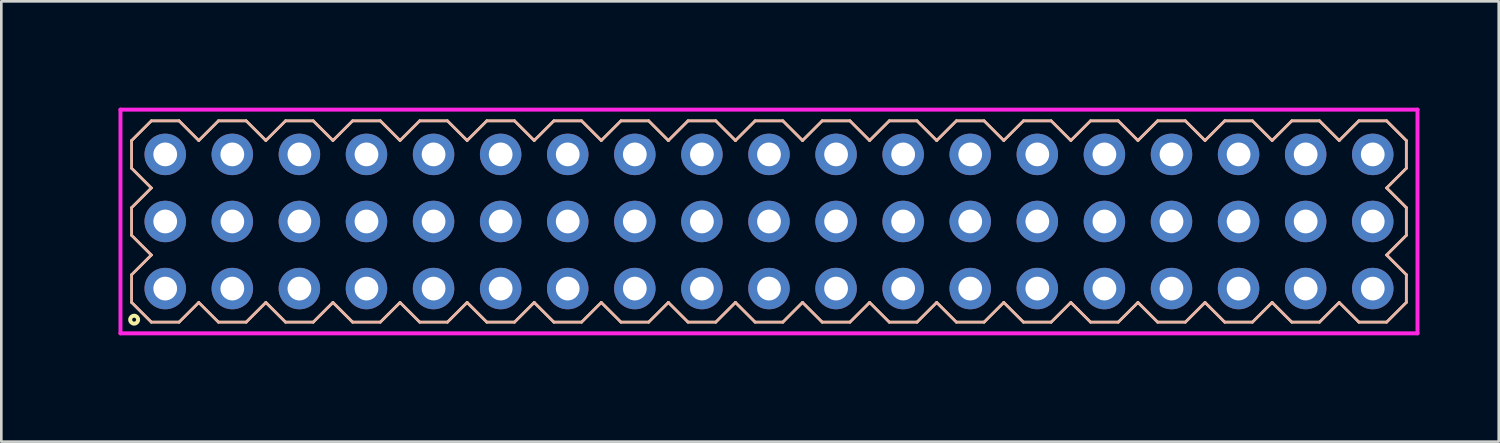
<source format=kicad_pcb>
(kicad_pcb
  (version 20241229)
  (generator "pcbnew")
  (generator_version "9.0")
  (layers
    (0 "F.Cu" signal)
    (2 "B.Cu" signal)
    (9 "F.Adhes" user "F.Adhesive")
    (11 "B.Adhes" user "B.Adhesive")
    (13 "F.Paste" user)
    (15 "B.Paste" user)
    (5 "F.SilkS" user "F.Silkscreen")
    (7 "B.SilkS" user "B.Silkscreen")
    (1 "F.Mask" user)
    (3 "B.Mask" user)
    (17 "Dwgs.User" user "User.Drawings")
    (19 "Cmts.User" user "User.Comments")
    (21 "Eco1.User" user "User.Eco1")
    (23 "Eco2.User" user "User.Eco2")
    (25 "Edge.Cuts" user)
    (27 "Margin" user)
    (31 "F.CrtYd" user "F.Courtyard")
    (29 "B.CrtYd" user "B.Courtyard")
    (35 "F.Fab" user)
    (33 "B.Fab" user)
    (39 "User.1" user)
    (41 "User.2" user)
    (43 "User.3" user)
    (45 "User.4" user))
  (footprint "HDR254P19x3"
    (layer "F.Cu")
    (at 26.066 5.336)
    (property "Reference" "HDR254P19x3" (at -25.305 0 90) (layer "User.1") (effects (font (size 1 1) (thickness 0.1))))
    (attr through_hole)
    (fp_line (start -24.13 -3.066) (end -23.386 -3.81) (stroke (width 0.1) (type solid)) (layer "F.SilkS"))
    (fp_line (start -24.13 -2.014) (end -24.13 -3.066) (stroke (width 0.1) (type solid)) (layer "F.SilkS"))
    (fp_line (start -24.13 -0.526) (end -23.386 -1.27) (stroke (width 0.1) (type solid)) (layer "F.SilkS"))
    (fp_line (start -24.13 0.526) (end -24.13 -0.526) (stroke (width 0.1) (type solid)) (layer "F.SilkS"))
    (fp_line (start -24.13 2.014) (end -23.386 1.27) (stroke (width 0.1) (type solid)) (layer "F.SilkS"))
    (fp_line (start -24.13 3.066) (end -24.13 2.014) (stroke (width 0.1) (type solid)) (layer "F.SilkS"))
    (fp_line (start -23.386 -3.81) (end -22.334 -3.81) (stroke (width 0.1) (type solid)) (layer "F.SilkS"))
    (fp_line (start -23.386 -1.27) (end -24.13 -2.014) (stroke (width 0.1) (type solid)) (layer "F.SilkS"))
    (fp_line (start -23.386 1.27) (end -24.13 0.526) (stroke (width 0.1) (type solid)) (layer "F.SilkS"))
    (fp_line (start -23.386 3.81) (end -24.13 3.066) (stroke (width 0.1) (type solid)) (layer "F.SilkS"))
    (fp_line (start -22.334 -3.81) (end -21.59 -3.066) (stroke (width 0.1) (type solid)) (layer "F.SilkS"))
    (fp_line (start -22.334 3.81) (end -23.386 3.81) (stroke (width 0.1) (type solid)) (layer "F.SilkS"))
    (fp_line (start -21.59 -3.066) (end -20.846 -3.81) (stroke (width 0.1) (type solid)) (layer "F.SilkS"))
    (fp_line (start -21.59 3.066) (end -22.334 3.81) (stroke (width 0.1) (type solid)) (layer "F.SilkS"))
    (fp_line (start -20.846 -3.81) (end -19.794 -3.81) (stroke (width 0.1) (type solid)) (layer "F.SilkS"))
    (fp_line (start -20.846 3.81) (end -21.59 3.066) (stroke (width 0.1) (type solid)) (layer "F.SilkS"))
    (fp_line (start -19.794 -3.81) (end -19.05 -3.066) (stroke (width 0.1) (type solid)) (layer "F.SilkS"))
    (fp_line (start -19.794 3.81) (end -20.846 3.81) (stroke (width 0.1) (type solid)) (layer "F.SilkS"))
    (fp_line (start -19.05 -3.066) (end -18.306 -3.81) (stroke (width 0.1) (type solid)) (layer "F.SilkS"))
    (fp_line (start -19.05 3.066) (end -19.794 3.81) (stroke (width 0.1) (type solid)) (layer "F.SilkS"))
    (fp_line (start -18.306 -3.81) (end -17.254 -3.81) (stroke (width 0.1) (type solid)) (layer "F.SilkS"))
    (fp_line (start -18.306 3.81) (end -19.05 3.066) (stroke (width 0.1) (type solid)) (layer "F.SilkS"))
    (fp_line (start -17.254 -3.81) (end -16.51 -3.066) (stroke (width 0.1) (type solid)) (layer "F.SilkS"))
    (fp_line (start -17.254 3.81) (end -18.306 3.81) (stroke (width 0.1) (type solid)) (layer "F.SilkS"))
    (fp_line (start -16.51 -3.066) (end -15.766 -3.81) (stroke (width 0.1) (type solid)) (layer "F.SilkS"))
    (fp_line (start -16.51 3.066) (end -17.254 3.81) (stroke (width 0.1) (type solid)) (layer "F.SilkS"))
    (fp_line (start -15.766 -3.81) (end -14.714 -3.81) (stroke (width 0.1) (type solid)) (layer "F.SilkS"))
    (fp_line (start -15.766 3.81) (end -16.51 3.066) (stroke (width 0.1) (type solid)) (layer "F.SilkS"))
    (fp_line (start -14.714 -3.81) (end -13.97 -3.066) (stroke (width 0.1) (type solid)) (layer "F.SilkS"))
    (fp_line (start -14.714 3.81) (end -15.766 3.81) (stroke (width 0.1) (type solid)) (layer "F.SilkS"))
    (fp_line (start -13.97 -3.066) (end -13.226 -3.81) (stroke (width 0.1) (type solid)) (layer "F.SilkS"))
    (fp_line (start -13.97 3.066) (end -14.714 3.81) (stroke (width 0.1) (type solid)) (layer "F.SilkS"))
    (fp_line (start -13.226 -3.81) (end -12.174 -3.81) (stroke (width 0.1) (type solid)) (layer "F.SilkS"))
    (fp_line (start -13.226 3.81) (end -13.97 3.066) (stroke (width 0.1) (type solid)) (layer "F.SilkS"))
    (fp_line (start -12.174 -3.81) (end -11.43 -3.066) (stroke (width 0.1) (type solid)) (layer "F.SilkS"))
    (fp_line (start -12.174 3.81) (end -13.226 3.81) (stroke (width 0.1) (type solid)) (layer "F.SilkS"))
    (fp_line (start -11.43 -3.066) (end -10.686 -3.81) (stroke (width 0.1) (type solid)) (layer "F.SilkS"))
    (fp_line (start -11.43 3.066) (end -12.174 3.81) (stroke (width 0.1) (type solid)) (layer "F.SilkS"))
    (fp_line (start -10.686 -3.81) (end -9.634 -3.81) (stroke (width 0.1) (type solid)) (layer "F.SilkS"))
    (fp_line (start -10.686 3.81) (end -11.43 3.066) (stroke (width 0.1) (type solid)) (layer "F.SilkS"))
    (fp_line (start -9.634 -3.81) (end -8.89 -3.066) (stroke (width 0.1) (type solid)) (layer "F.SilkS"))
    (fp_line (start -9.634 3.81) (end -10.686 3.81) (stroke (width 0.1) (type solid)) (layer "F.SilkS"))
    (fp_line (start -8.89 -3.066) (end -8.146 -3.81) (stroke (width 0.1) (type solid)) (layer "F.SilkS"))
    (fp_line (start -8.89 3.066) (end -9.634 3.81) (stroke (width 0.1) (type solid)) (layer "F.SilkS"))
    (fp_line (start -8.146 -3.81) (end -7.094 -3.81) (stroke (width 0.1) (type solid)) (layer "F.SilkS"))
    (fp_line (start -8.146 3.81) (end -8.89 3.066) (stroke (width 0.1) (type solid)) (layer "F.SilkS"))
    (fp_line (start -7.094 -3.81) (end -6.35 -3.066) (stroke (width 0.1) (type solid)) (layer "F.SilkS"))
    (fp_line (start -7.094 3.81) (end -8.146 3.81) (stroke (width 0.1) (type solid)) (layer "F.SilkS"))
    (fp_line (start -6.35 -3.066) (end -5.606 -3.81) (stroke (width 0.1) (type solid)) (layer "F.SilkS"))
    (fp_line (start -6.35 3.066) (end -7.094 3.81) (stroke (width 0.1) (type solid)) (layer "F.SilkS"))
    (fp_line (start -5.606 -3.81) (end -4.554 -3.81) (stroke (width 0.1) (type solid)) (layer "F.SilkS"))
    (fp_line (start -5.606 3.81) (end -6.35 3.066) (stroke (width 0.1) (type solid)) (layer "F.SilkS"))
    (fp_line (start -4.554 -3.81) (end -3.81 -3.066) (stroke (width 0.1) (type solid)) (layer "F.SilkS"))
    (fp_line (start -4.554 3.81) (end -5.606 3.81) (stroke (width 0.1) (type solid)) (layer "F.SilkS"))
    (fp_line (start -3.81 -3.066) (end -3.066 -3.81) (stroke (width 0.1) (type solid)) (layer "F.SilkS"))
    (fp_line (start -3.81 3.066) (end -4.554 3.81) (stroke (width 0.1) (type solid)) (layer "F.SilkS"))
    (fp_line (start -3.066 -3.81) (end -2.014 -3.81) (stroke (width 0.1) (type solid)) (layer "F.SilkS"))
    (fp_line (start -3.066 3.81) (end -3.81 3.066) (stroke (width 0.1) (type solid)) (layer "F.SilkS"))
    (fp_line (start -2.014 -3.81) (end -1.27 -3.066) (stroke (width 0.1) (type solid)) (layer "F.SilkS"))
    (fp_line (start -2.014 3.81) (end -3.066 3.81) (stroke (width 0.1) (type solid)) (layer "F.SilkS"))
    (fp_line (start -1.27 -3.066) (end -0.526 -3.81) (stroke (width 0.1) (type solid)) (layer "F.SilkS"))
    (fp_line (start -1.27 3.066) (end -2.014 3.81) (stroke (width 0.1) (type solid)) (layer "F.SilkS"))
    (fp_line (start -0.526 -3.81) (end 0.526 -3.81) (stroke (width 0.1) (type solid)) (layer "F.SilkS"))
    (fp_line (start -0.526 3.81) (end -1.27 3.066) (stroke (width 0.1) (type solid)) (layer "F.SilkS"))
    (fp_line (start 0.526 -3.81) (end 1.27 -3.066) (stroke (width 0.1) (type solid)) (layer "F.SilkS"))
    (fp_line (start 0.526 3.81) (end -0.526 3.81) (stroke (width 0.1) (type solid)) (layer "F.SilkS"))
    (fp_line (start 1.27 -3.066) (end 2.014 -3.81) (stroke (width 0.1) (type solid)) (layer "F.SilkS"))
    (fp_line (start 1.27 3.066) (end 0.526 3.81) (stroke (width 0.1) (type solid)) (layer "F.SilkS"))
    (fp_line (start 2.014 -3.81) (end 3.066 -3.81) (stroke (width 0.1) (type solid)) (layer "F.SilkS"))
    (fp_line (start 2.014 3.81) (end 1.27 3.066) (stroke (width 0.1) (type solid)) (layer "F.SilkS"))
    (fp_line (start 3.066 -3.81) (end 3.81 -3.066) (stroke (width 0.1) (type solid)) (layer "F.SilkS"))
    (fp_line (start 3.066 3.81) (end 2.014 3.81) (stroke (width 0.1) (type solid)) (layer "F.SilkS"))
    (fp_line (start 3.81 -3.066) (end 4.554 -3.81) (stroke (width 0.1) (type solid)) (layer "F.SilkS"))
    (fp_line (start 3.81 3.066) (end 3.066 3.81) (stroke (width 0.1) (type solid)) (layer "F.SilkS"))
    (fp_line (start 4.554 -3.81) (end 5.606 -3.81) (stroke (width 0.1) (type solid)) (layer "F.SilkS"))
    (fp_line (start 4.554 3.81) (end 3.81 3.066) (stroke (width 0.1) (type solid)) (layer "F.SilkS"))
    (fp_line (start 5.606 -3.81) (end 6.35 -3.066) (stroke (width 0.1) (type solid)) (layer "F.SilkS"))
    (fp_line (start 5.606 3.81) (end 4.554 3.81) (stroke (width 0.1) (type solid)) (layer "F.SilkS"))
    (fp_line (start 6.35 -3.066) (end 7.094 -3.81) (stroke (width 0.1) (type solid)) (layer "F.SilkS"))
    (fp_line (start 6.35 3.066) (end 5.606 3.81) (stroke (width 0.1) (type solid)) (layer "F.SilkS"))
    (fp_line (start 7.094 -3.81) (end 8.146 -3.81) (stroke (width 0.1) (type solid)) (layer "F.SilkS"))
    (fp_line (start 7.094 3.81) (end 6.35 3.066) (stroke (width 0.1) (type solid)) (layer "F.SilkS"))
    (fp_line (start 8.146 -3.81) (end 8.89 -3.066) (stroke (width 0.1) (type solid)) (layer "F.SilkS"))
    (fp_line (start 8.146 3.81) (end 7.094 3.81) (stroke (width 0.1) (type solid)) (layer "F.SilkS"))
    (fp_line (start 8.89 -3.066) (end 9.634 -3.81) (stroke (width 0.1) (type solid)) (layer "F.SilkS"))
    (fp_line (start 8.89 3.066) (end 8.146 3.81) (stroke (width 0.1) (type solid)) (layer "F.SilkS"))
    (fp_line (start 9.634 -3.81) (end 10.686 -3.81) (stroke (width 0.1) (type solid)) (layer "F.SilkS"))
    (fp_line (start 9.634 3.81) (end 8.89 3.066) (stroke (width 0.1) (type solid)) (layer "F.SilkS"))
    (fp_line (start 10.686 -3.81) (end 11.43 -3.066) (stroke (width 0.1) (type solid)) (layer "F.SilkS"))
    (fp_line (start 10.686 3.81) (end 9.634 3.81) (stroke (width 0.1) (type solid)) (layer "F.SilkS"))
    (fp_line (start 11.43 -3.066) (end 12.174 -3.81) (stroke (width 0.1) (type solid)) (layer "F.SilkS"))
    (fp_line (start 11.43 3.066) (end 10.686 3.81) (stroke (width 0.1) (type solid)) (layer "F.SilkS"))
    (fp_line (start 12.174 -3.81) (end 13.226 -3.81) (stroke (width 0.1) (type solid)) (layer "F.SilkS"))
    (fp_line (start 12.174 3.81) (end 11.43 3.066) (stroke (width 0.1) (type solid)) (layer "F.SilkS"))
    (fp_line (start 13.226 -3.81) (end 13.97 -3.066) (stroke (width 0.1) (type solid)) (layer "F.SilkS"))
    (fp_line (start 13.226 3.81) (end 12.174 3.81) (stroke (width 0.1) (type solid)) (layer "F.SilkS"))
    (fp_line (start 13.97 -3.066) (end 14.714 -3.81) (stroke (width 0.1) (type solid)) (layer "F.SilkS"))
    (fp_line (start 13.97 3.066) (end 13.226 3.81) (stroke (width 0.1) (type solid)) (layer "F.SilkS"))
    (fp_line (start 14.714 -3.81) (end 15.766 -3.81) (stroke (width 0.1) (type solid)) (layer "F.SilkS"))
    (fp_line (start 14.714 3.81) (end 13.97 3.066) (stroke (width 0.1) (type solid)) (layer "F.SilkS"))
    (fp_line (start 15.766 -3.81) (end 16.51 -3.066) (stroke (width 0.1) (type solid)) (layer "F.SilkS"))
    (fp_line (start 15.766 3.81) (end 14.714 3.81) (stroke (width 0.1) (type solid)) (layer "F.SilkS"))
    (fp_line (start 16.51 -3.066) (end 17.254 -3.81) (stroke (width 0.1) (type solid)) (layer "F.SilkS"))
    (fp_line (start 16.51 3.066) (end 15.766 3.81) (stroke (width 0.1) (type solid)) (layer "F.SilkS"))
    (fp_line (start 17.254 -3.81) (end 18.306 -3.81) (stroke (width 0.1) (type solid)) (layer "F.SilkS"))
    (fp_line (start 17.254 3.81) (end 16.51 3.066) (stroke (width 0.1) (type solid)) (layer "F.SilkS"))
    (fp_line (start 18.306 -3.81) (end 19.05 -3.066) (stroke (width 0.1) (type solid)) (layer "F.SilkS"))
    (fp_line (start 18.306 3.81) (end 17.254 3.81) (stroke (width 0.1) (type solid)) (layer "F.SilkS"))
    (fp_line (start 19.05 -3.066) (end 19.794 -3.81) (stroke (width 0.1) (type solid)) (layer "F.SilkS"))
    (fp_line (start 19.05 3.066) (end 18.306 3.81) (stroke (width 0.1) (type solid)) (layer "F.SilkS"))
    (fp_line (start 19.794 -3.81) (end 20.846 -3.81) (stroke (width 0.1) (type solid)) (layer "F.SilkS"))
    (fp_line (start 19.794 3.81) (end 19.05 3.066) (stroke (width 0.1) (type solid)) (layer "F.SilkS"))
    (fp_line (start 20.846 -3.81) (end 21.59 -3.066) (stroke (width 0.1) (type solid)) (layer "F.SilkS"))
    (fp_line (start 20.846 3.81) (end 19.794 3.81) (stroke (width 0.1) (type solid)) (layer "F.SilkS"))
    (fp_line (start 21.59 -3.066) (end 22.334 -3.81) (stroke (width 0.1) (type solid)) (layer "F.SilkS"))
    (fp_line (start 21.59 3.066) (end 20.846 3.81) (stroke (width 0.1) (type solid)) (layer "F.SilkS"))
    (fp_line (start 22.334 -3.81) (end 23.386 -3.81) (stroke (width 0.1) (type solid)) (layer "F.SilkS"))
    (fp_line (start 22.334 3.81) (end 21.59 3.066) (stroke (width 0.1) (type solid)) (layer "F.SilkS"))
    (fp_line (start 23.386 -3.81) (end 24.13 -3.066) (stroke (width 0.1) (type solid)) (layer "F.SilkS"))
    (fp_line (start 23.386 -1.27) (end 24.13 -0.526) (stroke (width 0.1) (type solid)) (layer "F.SilkS"))
    (fp_line (start 23.386 1.27) (end 24.13 2.014) (stroke (width 0.1) (type solid)) (layer "F.SilkS"))
    (fp_line (start 23.386 3.81) (end 22.334 3.81) (stroke (width 0.1) (type solid)) (layer "F.SilkS"))
    (fp_line (start 24.13 -3.066) (end 24.13 -2.014) (stroke (width 0.1) (type solid)) (layer "F.SilkS"))
    (fp_line (start 24.13 -2.014) (end 23.386 -1.27) (stroke (width 0.1) (type solid)) (layer "F.SilkS"))
    (fp_line (start 24.13 -0.526) (end 24.13 0.526) (stroke (width 0.1) (type solid)) (layer "F.SilkS"))
    (fp_line (start 24.13 0.526) (end 23.386 1.27) (stroke (width 0.1) (type solid)) (layer "F.SilkS"))
    (fp_line (start 24.13 2.014) (end 24.13 3.066) (stroke (width 0.1) (type solid)) (layer "F.SilkS"))
    (fp_line (start 24.13 3.066) (end 23.386 3.81) (stroke (width 0.1) (type solid)) (layer "F.SilkS"))
    (fp_circle (center -24.037 3.718) (end -23.887 3.718) (stroke (width 0.15) (type solid)) (fill no) (layer "F.SilkS"))
    (fp_line (start -24.13 -3.066) (end -23.386 -3.81) (stroke (width 0.1) (type solid)) (layer "B.SilkS"))
    (fp_line (start -24.13 -2.014) (end -24.13 -3.066) (stroke (width 0.1) (type solid)) (layer "B.SilkS"))
    (fp_line (start -24.13 -0.526) (end -23.386 -1.27) (stroke (width 0.1) (type solid)) (layer "B.SilkS"))
    (fp_line (start -24.13 0.526) (end -24.13 -0.526) (stroke (width 0.1) (type solid)) (layer "B.SilkS"))
    (fp_line (start -24.13 2.014) (end -23.386 1.27) (stroke (width 0.1) (type solid)) (layer "B.SilkS"))
    (fp_line (start -24.13 3.066) (end -24.13 2.014) (stroke (width 0.1) (type solid)) (layer "B.SilkS"))
    (fp_line (start -23.386 -3.81) (end -22.334 -3.81) (stroke (width 0.1) (type solid)) (layer "B.SilkS"))
    (fp_line (start -23.386 -1.27) (end -24.13 -2.014) (stroke (width 0.1) (type solid)) (layer "B.SilkS"))
    (fp_line (start -23.386 1.27) (end -24.13 0.526) (stroke (width 0.1) (type solid)) (layer "B.SilkS"))
    (fp_line (start -23.386 3.81) (end -24.13 3.066) (stroke (width 0.1) (type solid)) (layer "B.SilkS"))
    (fp_line (start -22.334 -3.81) (end -21.59 -3.066) (stroke (width 0.1) (type solid)) (layer "B.SilkS"))
    (fp_line (start -22.334 3.81) (end -23.386 3.81) (stroke (width 0.1) (type solid)) (layer "B.SilkS"))
    (fp_line (start -21.59 -3.066) (end -20.846 -3.81) (stroke (width 0.1) (type solid)) (layer "B.SilkS"))
    (fp_line (start -21.59 3.066) (end -22.334 3.81) (stroke (width 0.1) (type solid)) (layer "B.SilkS"))
    (fp_line (start -20.846 -3.81) (end -19.794 -3.81) (stroke (width 0.1) (type solid)) (layer "B.SilkS"))
    (fp_line (start -20.846 3.81) (end -21.59 3.066) (stroke (width 0.1) (type solid)) (layer "B.SilkS"))
    (fp_line (start -19.794 -3.81) (end -19.05 -3.066) (stroke (width 0.1) (type solid)) (layer "B.SilkS"))
    (fp_line (start -19.794 3.81) (end -20.846 3.81) (stroke (width 0.1) (type solid)) (layer "B.SilkS"))
    (fp_line (start -19.05 -3.066) (end -18.306 -3.81) (stroke (width 0.1) (type solid)) (layer "B.SilkS"))
    (fp_line (start -19.05 3.066) (end -19.794 3.81) (stroke (width 0.1) (type solid)) (layer "B.SilkS"))
    (fp_line (start -18.306 -3.81) (end -17.254 -3.81) (stroke (width 0.1) (type solid)) (layer "B.SilkS"))
    (fp_line (start -18.306 3.81) (end -19.05 3.066) (stroke (width 0.1) (type solid)) (layer "B.SilkS"))
    (fp_line (start -17.254 -3.81) (end -16.51 -3.066) (stroke (width 0.1) (type solid)) (layer "B.SilkS"))
    (fp_line (start -17.254 3.81) (end -18.306 3.81) (stroke (width 0.1) (type solid)) (layer "B.SilkS"))
    (fp_line (start -16.51 -3.066) (end -15.766 -3.81) (stroke (width 0.1) (type solid)) (layer "B.SilkS"))
    (fp_line (start -16.51 3.066) (end -17.254 3.81) (stroke (width 0.1) (type solid)) (layer "B.SilkS"))
    (fp_line (start -15.766 -3.81) (end -14.714 -3.81) (stroke (width 0.1) (type solid)) (layer "B.SilkS"))
    (fp_line (start -15.766 3.81) (end -16.51 3.066) (stroke (width 0.1) (type solid)) (layer "B.SilkS"))
    (fp_line (start -14.714 -3.81) (end -13.97 -3.066) (stroke (width 0.1) (type solid)) (layer "B.SilkS"))
    (fp_line (start -14.714 3.81) (end -15.766 3.81) (stroke (width 0.1) (type solid)) (layer "B.SilkS"))
    (fp_line (start -13.97 -3.066) (end -13.226 -3.81) (stroke (width 0.1) (type solid)) (layer "B.SilkS"))
    (fp_line (start -13.97 3.066) (end -14.714 3.81) (stroke (width 0.1) (type solid)) (layer "B.SilkS"))
    (fp_line (start -13.226 -3.81) (end -12.174 -3.81) (stroke (width 0.1) (type solid)) (layer "B.SilkS"))
    (fp_line (start -13.226 3.81) (end -13.97 3.066) (stroke (width 0.1) (type solid)) (layer "B.SilkS"))
    (fp_line (start -12.174 -3.81) (end -11.43 -3.066) (stroke (width 0.1) (type solid)) (layer "B.SilkS"))
    (fp_line (start -12.174 3.81) (end -13.226 3.81) (stroke (width 0.1) (type solid)) (layer "B.SilkS"))
    (fp_line (start -11.43 -3.066) (end -10.686 -3.81) (stroke (width 0.1) (type solid)) (layer "B.SilkS"))
    (fp_line (start -11.43 3.066) (end -12.174 3.81) (stroke (width 0.1) (type solid)) (layer "B.SilkS"))
    (fp_line (start -10.686 -3.81) (end -9.634 -3.81) (stroke (width 0.1) (type solid)) (layer "B.SilkS"))
    (fp_line (start -10.686 3.81) (end -11.43 3.066) (stroke (width 0.1) (type solid)) (layer "B.SilkS"))
    (fp_line (start -9.634 -3.81) (end -8.89 -3.066) (stroke (width 0.1) (type solid)) (layer "B.SilkS"))
    (fp_line (start -9.634 3.81) (end -10.686 3.81) (stroke (width 0.1) (type solid)) (layer "B.SilkS"))
    (fp_line (start -8.89 -3.066) (end -8.146 -3.81) (stroke (width 0.1) (type solid)) (layer "B.SilkS"))
    (fp_line (start -8.89 3.066) (end -9.634 3.81) (stroke (width 0.1) (type solid)) (layer "B.SilkS"))
    (fp_line (start -8.146 -3.81) (end -7.094 -3.81) (stroke (width 0.1) (type solid)) (layer "B.SilkS"))
    (fp_line (start -8.146 3.81) (end -8.89 3.066) (stroke (width 0.1) (type solid)) (layer "B.SilkS"))
    (fp_line (start -7.094 -3.81) (end -6.35 -3.066) (stroke (width 0.1) (type solid)) (layer "B.SilkS"))
    (fp_line (start -7.094 3.81) (end -8.146 3.81) (stroke (width 0.1) (type solid)) (layer "B.SilkS"))
    (fp_line (start -6.35 -3.066) (end -5.606 -3.81) (stroke (width 0.1) (type solid)) (layer "B.SilkS"))
    (fp_line (start -6.35 3.066) (end -7.094 3.81) (stroke (width 0.1) (type solid)) (layer "B.SilkS"))
    (fp_line (start -5.606 -3.81) (end -4.554 -3.81) (stroke (width 0.1) (type solid)) (layer "B.SilkS"))
    (fp_line (start -5.606 3.81) (end -6.35 3.066) (stroke (width 0.1) (type solid)) (layer "B.SilkS"))
    (fp_line (start -4.554 -3.81) (end -3.81 -3.066) (stroke (width 0.1) (type solid)) (layer "B.SilkS"))
    (fp_line (start -4.554 3.81) (end -5.606 3.81) (stroke (width 0.1) (type solid)) (layer "B.SilkS"))
    (fp_line (start -3.81 -3.066) (end -3.066 -3.81) (stroke (width 0.1) (type solid)) (layer "B.SilkS"))
    (fp_line (start -3.81 3.066) (end -4.554 3.81) (stroke (width 0.1) (type solid)) (layer "B.SilkS"))
    (fp_line (start -3.066 -3.81) (end -2.014 -3.81) (stroke (width 0.1) (type solid)) (layer "B.SilkS"))
    (fp_line (start -3.066 3.81) (end -3.81 3.066) (stroke (width 0.1) (type solid)) (layer "B.SilkS"))
    (fp_line (start -2.014 -3.81) (end -1.27 -3.066) (stroke (width 0.1) (type solid)) (layer "B.SilkS"))
    (fp_line (start -2.014 3.81) (end -3.066 3.81) (stroke (width 0.1) (type solid)) (layer "B.SilkS"))
    (fp_line (start -1.27 -3.066) (end -0.526 -3.81) (stroke (width 0.1) (type solid)) (layer "B.SilkS"))
    (fp_line (start -1.27 3.066) (end -2.014 3.81) (stroke (width 0.1) (type solid)) (layer "B.SilkS"))
    (fp_line (start -0.526 -3.81) (end 0.526 -3.81) (stroke (width 0.1) (type solid)) (layer "B.SilkS"))
    (fp_line (start -0.526 3.81) (end -1.27 3.066) (stroke (width 0.1) (type solid)) (layer "B.SilkS"))
    (fp_line (start 0.526 -3.81) (end 1.27 -3.066) (stroke (width 0.1) (type solid)) (layer "B.SilkS"))
    (fp_line (start 0.526 3.81) (end -0.526 3.81) (stroke (width 0.1) (type solid)) (layer "B.SilkS"))
    (fp_line (start 1.27 -3.066) (end 2.014 -3.81) (stroke (width 0.1) (type solid)) (layer "B.SilkS"))
    (fp_line (start 1.27 3.066) (end 0.526 3.81) (stroke (width 0.1) (type solid)) (layer "B.SilkS"))
    (fp_line (start 2.014 -3.81) (end 3.066 -3.81) (stroke (width 0.1) (type solid)) (layer "B.SilkS"))
    (fp_line (start 2.014 3.81) (end 1.27 3.066) (stroke (width 0.1) (type solid)) (layer "B.SilkS"))
    (fp_line (start 3.066 -3.81) (end 3.81 -3.066) (stroke (width 0.1) (type solid)) (layer "B.SilkS"))
    (fp_line (start 3.066 3.81) (end 2.014 3.81) (stroke (width 0.1) (type solid)) (layer "B.SilkS"))
    (fp_line (start 3.81 -3.066) (end 4.554 -3.81) (stroke (width 0.1) (type solid)) (layer "B.SilkS"))
    (fp_line (start 3.81 3.066) (end 3.066 3.81) (stroke (width 0.1) (type solid)) (layer "B.SilkS"))
    (fp_line (start 4.554 -3.81) (end 5.606 -3.81) (stroke (width 0.1) (type solid)) (layer "B.SilkS"))
    (fp_line (start 4.554 3.81) (end 3.81 3.066) (stroke (width 0.1) (type solid)) (layer "B.SilkS"))
    (fp_line (start 5.606 -3.81) (end 6.35 -3.066) (stroke (width 0.1) (type solid)) (layer "B.SilkS"))
    (fp_line (start 5.606 3.81) (end 4.554 3.81) (stroke (width 0.1) (type solid)) (layer "B.SilkS"))
    (fp_line (start 6.35 -3.066) (end 7.094 -3.81) (stroke (width 0.1) (type solid)) (layer "B.SilkS"))
    (fp_line (start 6.35 3.066) (end 5.606 3.81) (stroke (width 0.1) (type solid)) (layer "B.SilkS"))
    (fp_line (start 7.094 -3.81) (end 8.146 -3.81) (stroke (width 0.1) (type solid)) (layer "B.SilkS"))
    (fp_line (start 7.094 3.81) (end 6.35 3.066) (stroke (width 0.1) (type solid)) (layer "B.SilkS"))
    (fp_line (start 8.146 -3.81) (end 8.89 -3.066) (stroke (width 0.1) (type solid)) (layer "B.SilkS"))
    (fp_line (start 8.146 3.81) (end 7.094 3.81) (stroke (width 0.1) (type solid)) (layer "B.SilkS"))
    (fp_line (start 8.89 -3.066) (end 9.634 -3.81) (stroke (width 0.1) (type solid)) (layer "B.SilkS"))
    (fp_line (start 8.89 3.066) (end 8.146 3.81) (stroke (width 0.1) (type solid)) (layer "B.SilkS"))
    (fp_line (start 9.634 -3.81) (end 10.686 -3.81) (stroke (width 0.1) (type solid)) (layer "B.SilkS"))
    (fp_line (start 9.634 3.81) (end 8.89 3.066) (stroke (width 0.1) (type solid)) (layer "B.SilkS"))
    (fp_line (start 10.686 -3.81) (end 11.43 -3.066) (stroke (width 0.1) (type solid)) (layer "B.SilkS"))
    (fp_line (start 10.686 3.81) (end 9.634 3.81) (stroke (width 0.1) (type solid)) (layer "B.SilkS"))
    (fp_line (start 11.43 -3.066) (end 12.174 -3.81) (stroke (width 0.1) (type solid)) (layer "B.SilkS"))
    (fp_line (start 11.43 3.066) (end 10.686 3.81) (stroke (width 0.1) (type solid)) (layer "B.SilkS"))
    (fp_line (start 12.174 -3.81) (end 13.226 -3.81) (stroke (width 0.1) (type solid)) (layer "B.SilkS"))
    (fp_line (start 12.174 3.81) (end 11.43 3.066) (stroke (width 0.1) (type solid)) (layer "B.SilkS"))
    (fp_line (start 13.226 -3.81) (end 13.97 -3.066) (stroke (width 0.1) (type solid)) (layer "B.SilkS"))
    (fp_line (start 13.226 3.81) (end 12.174 3.81) (stroke (width 0.1) (type solid)) (layer "B.SilkS"))
    (fp_line (start 13.97 -3.066) (end 14.714 -3.81) (stroke (width 0.1) (type solid)) (layer "B.SilkS"))
    (fp_line (start 13.97 3.066) (end 13.226 3.81) (stroke (width 0.1) (type solid)) (layer "B.SilkS"))
    (fp_line (start 14.714 -3.81) (end 15.766 -3.81) (stroke (width 0.1) (type solid)) (layer "B.SilkS"))
    (fp_line (start 14.714 3.81) (end 13.97 3.066) (stroke (width 0.1) (type solid)) (layer "B.SilkS"))
    (fp_line (start 15.766 -3.81) (end 16.51 -3.066) (stroke (width 0.1) (type solid)) (layer "B.SilkS"))
    (fp_line (start 15.766 3.81) (end 14.714 3.81) (stroke (width 0.1) (type solid)) (layer "B.SilkS"))
    (fp_line (start 16.51 -3.066) (end 17.254 -3.81) (stroke (width 0.1) (type solid)) (layer "B.SilkS"))
    (fp_line (start 16.51 3.066) (end 15.766 3.81) (stroke (width 0.1) (type solid)) (layer "B.SilkS"))
    (fp_line (start 17.254 -3.81) (end 18.306 -3.81) (stroke (width 0.1) (type solid)) (layer "B.SilkS"))
    (fp_line (start 17.254 3.81) (end 16.51 3.066) (stroke (width 0.1) (type solid)) (layer "B.SilkS"))
    (fp_line (start 18.306 -3.81) (end 19.05 -3.066) (stroke (width 0.1) (type solid)) (layer "B.SilkS"))
    (fp_line (start 18.306 3.81) (end 17.254 3.81) (stroke (width 0.1) (type solid)) (layer "B.SilkS"))
    (fp_line (start 19.05 -3.066) (end 19.794 -3.81) (stroke (width 0.1) (type solid)) (layer "B.SilkS"))
    (fp_line (start 19.05 3.066) (end 18.306 3.81) (stroke (width 0.1) (type solid)) (layer "B.SilkS"))
    (fp_line (start 19.794 -3.81) (end 20.846 -3.81) (stroke (width 0.1) (type solid)) (layer "B.SilkS"))
    (fp_line (start 19.794 3.81) (end 19.05 3.066) (stroke (width 0.1) (type solid)) (layer "B.SilkS"))
    (fp_line (start 20.846 -3.81) (end 21.59 -3.066) (stroke (width 0.1) (type solid)) (layer "B.SilkS"))
    (fp_line (start 20.846 3.81) (end 19.794 3.81) (stroke (width 0.1) (type solid)) (layer "B.SilkS"))
    (fp_line (start 21.59 -3.066) (end 22.334 -3.81) (stroke (width 0.1) (type solid)) (layer "B.SilkS"))
    (fp_line (start 21.59 3.066) (end 20.846 3.81) (stroke (width 0.1) (type solid)) (layer "B.SilkS"))
    (fp_line (start 22.334 -3.81) (end 23.386 -3.81) (stroke (width 0.1) (type solid)) (layer "B.SilkS"))
    (fp_line (start 22.334 3.81) (end 21.59 3.066) (stroke (width 0.1) (type solid)) (layer "B.SilkS"))
    (fp_line (start 23.386 -3.81) (end 24.13 -3.066) (stroke (width 0.1) (type solid)) (layer "B.SilkS"))
    (fp_line (start 23.386 -1.27) (end 24.13 -0.526) (stroke (width 0.1) (type solid)) (layer "B.SilkS"))
    (fp_line (start 23.386 1.27) (end 24.13 2.014) (stroke (width 0.1) (type solid)) (layer "B.SilkS"))
    (fp_line (start 23.386 3.81) (end 22.334 3.81) (stroke (width 0.1) (type solid)) (layer "B.SilkS"))
    (fp_line (start 24.13 -3.066) (end 24.13 -2.014) (stroke (width 0.1) (type solid)) (layer "B.SilkS"))
    (fp_line (start 24.13 -2.014) (end 23.386 -1.27) (stroke (width 0.1) (type solid)) (layer "B.SilkS"))
    (fp_line (start 24.13 -0.526) (end 24.13 0.526) (stroke (width 0.1) (type solid)) (layer "B.SilkS"))
    (fp_line (start 24.13 0.526) (end 23.386 1.27) (stroke (width 0.1) (type solid)) (layer "B.SilkS"))
    (fp_line (start 24.13 2.014) (end 24.13 3.066) (stroke (width 0.1) (type solid)) (layer "B.SilkS"))
    (fp_line (start 24.13 3.066) (end 23.386 3.81) (stroke (width 0.1) (type solid)) (layer "B.SilkS"))
    (fp_line (start -24.555 -4.235) (end -24.555 4.235) (stroke (width 0.15) (type solid)) (layer "F.CrtYd"))
    (fp_line (start -24.555 4.235) (end 24.555 4.235) (stroke (width 0.15) (type solid)) (layer "F.CrtYd"))
    (fp_line (start 24.555 -4.235) (end -24.555 -4.235) (stroke (width 0.15) (type solid)) (layer "F.CrtYd"))
    (fp_line (start 24.555 4.235) (end 24.555 -4.235) (stroke (width 0.15) (type solid)) (layer "F.CrtYd"))
    (pad "1" thru_hole oval (at -22.86 2.54) (size 1.57 1.57) (drill 0.9) (layers "*.Cu" "*.Mask"))
    (pad "2" thru_hole oval (at -22.86 0) (size 1.57 1.57) (drill 0.9) (layers "*.Cu" "*.Mask"))
    (pad "3" thru_hole oval (at -22.86 -2.54) (size 1.57 1.57) (drill 0.9) (layers "*.Cu" "*.Mask"))
    (pad "4" thru_hole oval (at -20.32 2.54) (size 1.57 1.57) (drill 0.9) (layers "*.Cu" "*.Mask"))
    (pad "5" thru_hole oval (at -20.32 0) (size 1.57 1.57) (drill 0.9) (layers "*.Cu" "*.Mask"))
    (pad "6" thru_hole oval (at -20.32 -2.54) (size 1.57 1.57) (drill 0.9) (layers "*.Cu" "*.Mask"))
    (pad "7" thru_hole oval (at -17.78 2.54) (size 1.57 1.57) (drill 0.9) (layers "*.Cu" "*.Mask"))
    (pad "8" thru_hole oval (at -17.78 0) (size 1.57 1.57) (drill 0.9) (layers "*.Cu" "*.Mask"))
    (pad "9" thru_hole oval (at -17.78 -2.54) (size 1.57 1.57) (drill 0.9) (layers "*.Cu" "*.Mask"))
    (pad "10" thru_hole oval (at -15.24 2.54) (size 1.57 1.57) (drill 0.9) (layers "*.Cu" "*.Mask"))
    (pad "11" thru_hole oval (at -15.24 0) (size 1.57 1.57) (drill 0.9) (layers "*.Cu" "*.Mask"))
    (pad "12" thru_hole oval (at -15.24 -2.54) (size 1.57 1.57) (drill 0.9) (layers "*.Cu" "*.Mask"))
    (pad "13" thru_hole oval (at -12.7 2.54) (size 1.57 1.57) (drill 0.9) (layers "*.Cu" "*.Mask"))
    (pad "14" thru_hole oval (at -12.7 0) (size 1.57 1.57) (drill 0.9) (layers "*.Cu" "*.Mask"))
    (pad "15" thru_hole oval (at -12.7 -2.54) (size 1.57 1.57) (drill 0.9) (layers "*.Cu" "*.Mask"))
    (pad "16" thru_hole oval (at -10.16 2.54) (size 1.57 1.57) (drill 0.9) (layers "*.Cu" "*.Mask"))
    (pad "17" thru_hole oval (at -10.16 0) (size 1.57 1.57) (drill 0.9) (layers "*.Cu" "*.Mask"))
    (pad "18" thru_hole oval (at -10.16 -2.54) (size 1.57 1.57) (drill 0.9) (layers "*.Cu" "*.Mask"))
    (pad "19" thru_hole oval (at -7.62 2.54) (size 1.57 1.57) (drill 0.9) (layers "*.Cu" "*.Mask"))
    (pad "20" thru_hole oval (at -7.62 0) (size 1.57 1.57) (drill 0.9) (layers "*.Cu" "*.Mask"))
    (pad "21" thru_hole oval (at -7.62 -2.54) (size 1.57 1.57) (drill 0.9) (layers "*.Cu" "*.Mask"))
    (pad "22" thru_hole oval (at -5.08 2.54) (size 1.57 1.57) (drill 0.9) (layers "*.Cu" "*.Mask"))
    (pad "23" thru_hole oval (at -5.08 0) (size 1.57 1.57) (drill 0.9) (layers "*.Cu" "*.Mask"))
    (pad "24" thru_hole oval (at -5.08 -2.54) (size 1.57 1.57) (drill 0.9) (layers "*.Cu" "*.Mask"))
    (pad "25" thru_hole oval (at -2.54 2.54) (size 1.57 1.57) (drill 0.9) (layers "*.Cu" "*.Mask"))
    (pad "26" thru_hole oval (at -2.54 0) (size 1.57 1.57) (drill 0.9) (layers "*.Cu" "*.Mask"))
    (pad "27" thru_hole oval (at -2.54 -2.54) (size 1.57 1.57) (drill 0.9) (layers "*.Cu" "*.Mask"))
    (pad "28" thru_hole oval (at 0 2.54) (size 1.57 1.57) (drill 0.9) (layers "*.Cu" "*.Mask"))
    (pad "29" thru_hole oval (at 0 0) (size 1.57 1.57) (drill 0.9) (layers "*.Cu" "*.Mask"))
    (pad "30" thru_hole oval (at 0 -2.54) (size 1.57 1.57) (drill 0.9) (layers "*.Cu" "*.Mask"))
    (pad "31" thru_hole oval (at 2.54 2.54) (size 1.57 1.57) (drill 0.9) (layers "*.Cu" "*.Mask"))
    (pad "32" thru_hole oval (at 2.54 0) (size 1.57 1.57) (drill 0.9) (layers "*.Cu" "*.Mask"))
    (pad "33" thru_hole oval (at 2.54 -2.54) (size 1.57 1.57) (drill 0.9) (layers "*.Cu" "*.Mask"))
    (pad "34" thru_hole oval (at 5.08 2.54) (size 1.57 1.57) (drill 0.9) (layers "*.Cu" "*.Mask"))
    (pad "35" thru_hole oval (at 5.08 0) (size 1.57 1.57) (drill 0.9) (layers "*.Cu" "*.Mask"))
    (pad "36" thru_hole oval (at 5.08 -2.54) (size 1.57 1.57) (drill 0.9) (layers "*.Cu" "*.Mask"))
    (pad "37" thru_hole oval (at 7.62 2.54) (size 1.57 1.57) (drill 0.9) (layers "*.Cu" "*.Mask"))
    (pad "38" thru_hole oval (at 7.62 0) (size 1.57 1.57) (drill 0.9) (layers "*.Cu" "*.Mask"))
    (pad "39" thru_hole oval (at 7.62 -2.54) (size 1.57 1.57) (drill 0.9) (layers "*.Cu" "*.Mask"))
    (pad "40" thru_hole oval (at 10.16 2.54) (size 1.57 1.57) (drill 0.9) (layers "*.Cu" "*.Mask"))
    (pad "41" thru_hole oval (at 10.16 0) (size 1.57 1.57) (drill 0.9) (layers "*.Cu" "*.Mask"))
    (pad "42" thru_hole oval (at 10.16 -2.54) (size 1.57 1.57) (drill 0.9) (layers "*.Cu" "*.Mask"))
    (pad "43" thru_hole oval (at 12.7 2.54) (size 1.57 1.57) (drill 0.9) (layers "*.Cu" "*.Mask"))
    (pad "44" thru_hole oval (at 12.7 0) (size 1.57 1.57) (drill 0.9) (layers "*.Cu" "*.Mask"))
    (pad "45" thru_hole oval (at 12.7 -2.54) (size 1.57 1.57) (drill 0.9) (layers "*.Cu" "*.Mask"))
    (pad "46" thru_hole oval (at 15.24 2.54) (size 1.57 1.57) (drill 0.9) (layers "*.Cu" "*.Mask"))
    (pad "47" thru_hole oval (at 15.24 0) (size 1.57 1.57) (drill 0.9) (layers "*.Cu" "*.Mask"))
    (pad "48" thru_hole oval (at 15.24 -2.54) (size 1.57 1.57) (drill 0.9) (layers "*.Cu" "*.Mask"))
    (pad "49" thru_hole oval (at 17.78 2.54) (size 1.57 1.57) (drill 0.9) (layers "*.Cu" "*.Mask"))
    (pad "50" thru_hole oval (at 17.78 0) (size 1.57 1.57) (drill 0.9) (layers "*.Cu" "*.Mask"))
    (pad "51" thru_hole oval (at 17.78 -2.54) (size 1.57 1.57) (drill 0.9) (layers "*.Cu" "*.Mask"))
    (pad "52" thru_hole oval (at 20.32 2.54) (size 1.57 1.57) (drill 0.9) (layers "*.Cu" "*.Mask"))
    (pad "53" thru_hole oval (at 20.32 0) (size 1.57 1.57) (drill 0.9) (layers "*.Cu" "*.Mask"))
    (pad "54" thru_hole oval (at 20.32 -2.54) (size 1.57 1.57) (drill 0.9) (layers "*.Cu" "*.Mask"))
    (pad "55" thru_hole oval (at 22.86 2.54) (size 1.57 1.57) (drill 0.9) (layers "*.Cu" "*.Mask"))
    (pad "56" thru_hole oval (at 22.86 0) (size 1.57 1.57) (drill 0.9) (layers "*.Cu" "*.Mask"))
    (pad "57" thru_hole oval (at 22.86 -2.54) (size 1.57 1.57) (drill 0.9) (layers "*.Cu" "*.Mask")))
  (gr_rect
    (start -3 -3)
    (end 53.696 13.671)
    (stroke (width 0.1) (type default))
    (fill no)
    (layer "Edge.Cuts")))
</source>
